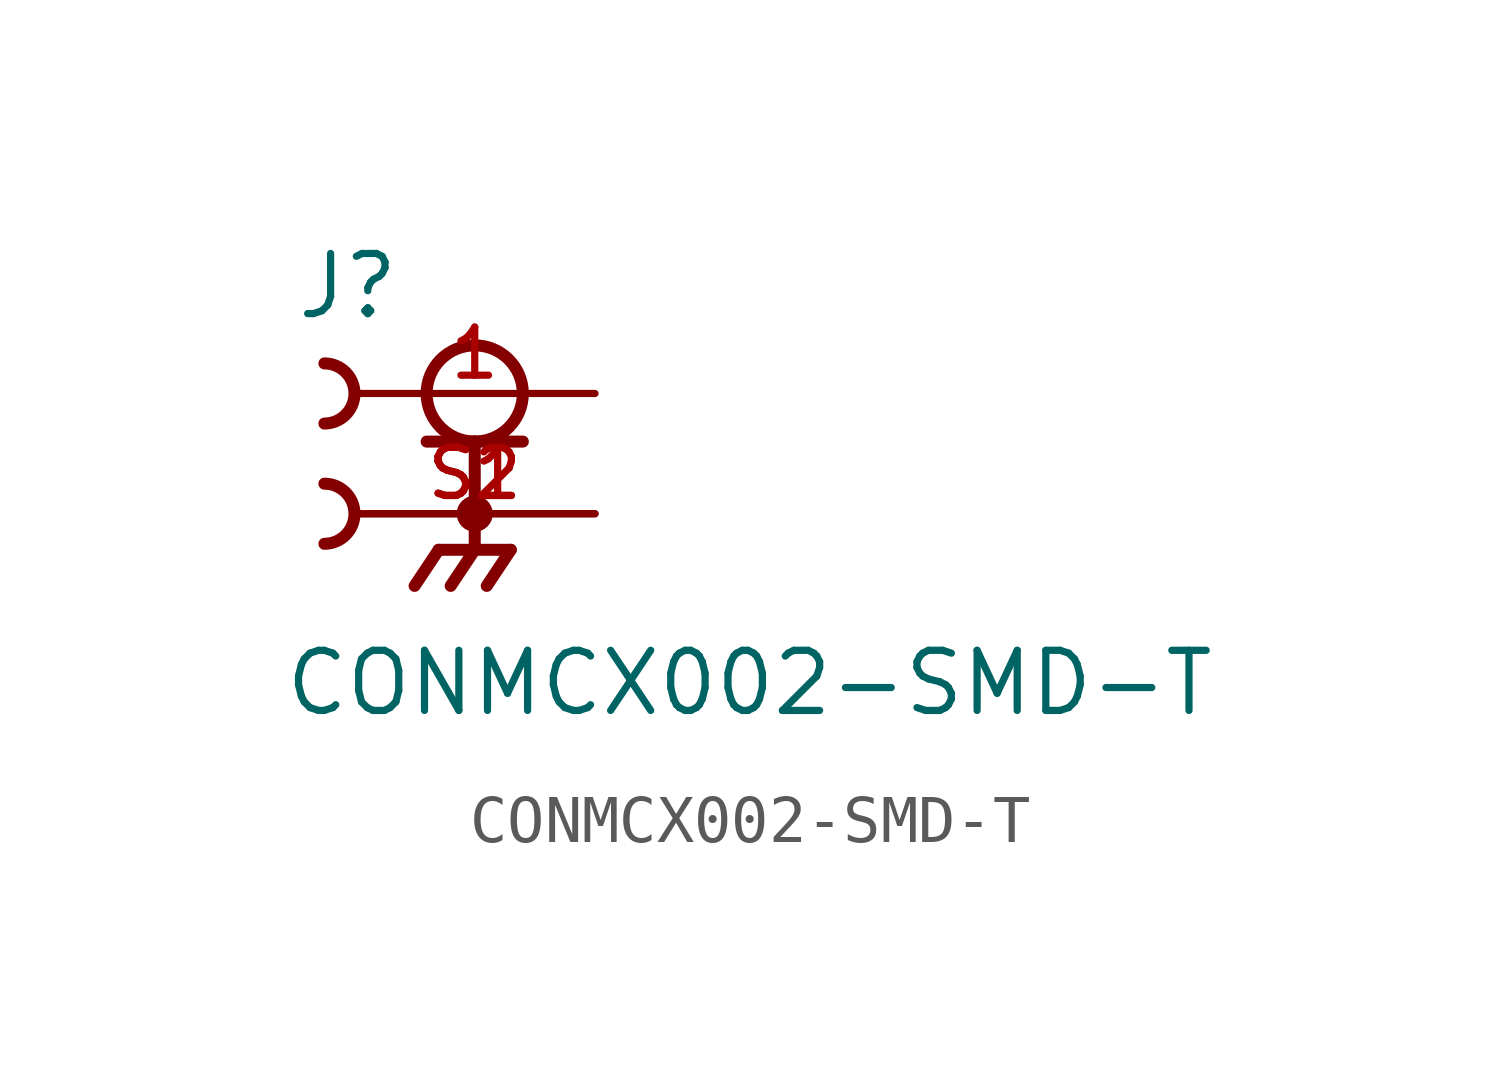
<source format=kicad_sym>
(kicad_symbol_lib
  (version 20211014)
  (generator kicad_symbol_editor)
  (symbol "CONMCX002-SMD-T"
    (pin_names
      (offset 1.016))
    (property "Reference" "J"
      (at -3.81 4.064 0)
      (effects (font (size 1.27 1.27)) (justify bottom left)))
    (property "Value" "CONMCX002-SMD-T"
      (at -4.064 -4.318 0)
      (effects (font (size 1.27 1.27)) (justify bottom left)))
    (symbol "CONMCX002-SMD-T_0_0"
      (circle (center 0.0 2.54) (radius 1.016) (stroke (width 0.254)) (fill (type none)))
      (polyline (pts (xy -1.016 1.524) (xy 0.0 1.524)) (stroke (width 0.254)))
      (polyline (pts (xy 0.0 1.524) (xy 1.016 1.524)) (stroke (width 0.254)))
      (polyline (pts (xy 0.0 1.524) (xy 0.0 -0.762)) (stroke (width 0.254)))
      (circle (center 0.0 0.0) (radius 0.254) (stroke (width 0.254)) (fill (type none)))
      (polyline (pts (xy 0.0 -0.762) (xy -0.762 -0.762)) (stroke (width 0.254)))
      (polyline (pts (xy 0.0 -0.762) (xy 0.762 -0.762)) (stroke (width 0.254)))
      (polyline (pts (xy -0.762 -0.762) (xy -1.27 -1.524)) (stroke (width 0.254)))
      (polyline (pts (xy 0.0 -0.762) (xy -0.508 -1.524)) (stroke (width 0.254)))
      (polyline (pts (xy 0.762 -0.762) (xy 0.254 -1.524)) (stroke (width 0.254)))
      (arc (start -3.175 3.175) (mid -2.54 2.54) (end -3.175 1.905) (stroke (width 0.254) (type default) (color 0 0 0 0)) (fill (type none)))
      (arc (start -3.175 0.635) (mid -2.54 -0.0) (end -3.175 -0.635) (stroke (width 0.254) (type default) (color 0 0 0 0)) (fill (type none)))
      (pin passive line (at 2.54 2.54 180.0) (length 5.08) (name "~" (effects (font (size 1.016 1.016)))) (number "1" (effects (font (size 1.016 1.016)))))
      (pin passive line (at 2.54 0.0 180.0) (length 5.08) (name "~" (effects (font (size 1.016 1.016)))) (number "S1" (effects (font (size 1.016 1.016)))))
      (pin passive line (at 2.54 0.0 180.0) (length 5.08) (name "~" (effects (font (size 1.016 1.016)))) (number "S2" (effects (font (size 1.016 1.016))))))))
</source>
